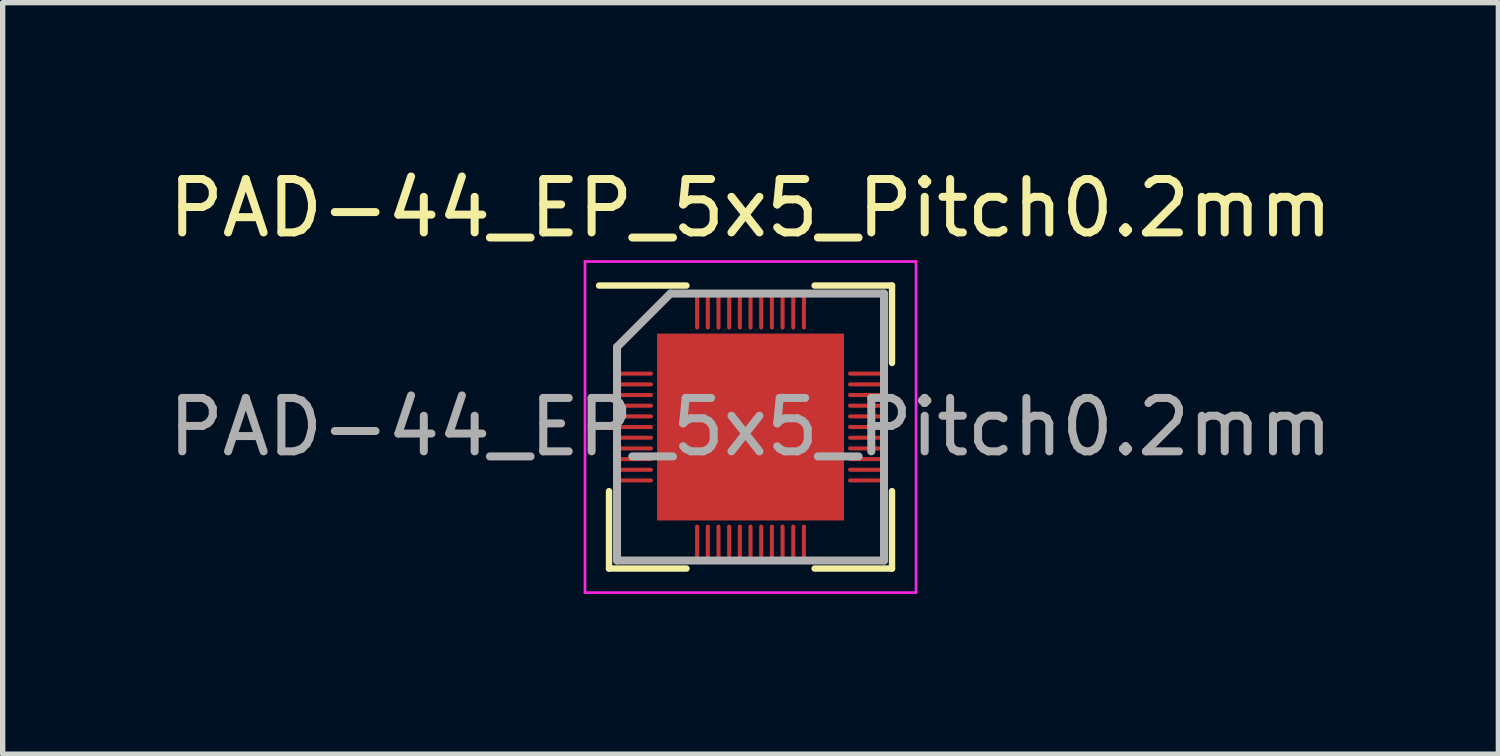
<source format=kicad_pcb>
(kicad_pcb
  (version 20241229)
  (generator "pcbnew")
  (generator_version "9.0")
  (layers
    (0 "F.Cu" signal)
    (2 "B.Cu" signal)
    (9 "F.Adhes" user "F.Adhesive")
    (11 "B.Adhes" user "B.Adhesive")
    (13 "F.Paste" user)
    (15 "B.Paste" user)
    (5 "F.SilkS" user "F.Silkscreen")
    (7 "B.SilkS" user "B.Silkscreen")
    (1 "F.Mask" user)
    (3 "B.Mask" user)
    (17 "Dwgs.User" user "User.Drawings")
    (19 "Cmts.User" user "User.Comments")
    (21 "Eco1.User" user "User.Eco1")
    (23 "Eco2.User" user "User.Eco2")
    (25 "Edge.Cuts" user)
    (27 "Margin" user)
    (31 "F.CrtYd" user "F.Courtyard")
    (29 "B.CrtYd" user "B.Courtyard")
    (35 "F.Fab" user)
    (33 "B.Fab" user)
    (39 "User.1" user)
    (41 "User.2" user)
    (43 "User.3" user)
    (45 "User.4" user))
  (footprint "PAD-44_EP_5x5_Pitch0.2mm"
    (layer "F.Cu")
    (at 11.006 4.948)
    (property "Reference" "PAD-44_EP_5x5_Pitch0.2mm" (at 0 -4.1 0) (layer "F.SilkS") (effects (font (size 1 1) (thickness 0.15))))
    (attr smd)
    (fp_line (start -2.65 2.65) (end -2.65 1.2) (stroke (width 0.12) (type default)) (layer "F.SilkS"))
    (fp_line (start -1.2 -2.65) (end -2.837 -2.65) (stroke (width 0.12) (type default)) (layer "F.SilkS"))
    (fp_line (start -1.2 2.65) (end -2.65 2.65) (stroke (width 0.12) (type default)) (layer "F.SilkS"))
    (fp_line (start 1.2 -2.65) (end 2.65 -2.65) (stroke (width 0.12) (type default)) (layer "F.SilkS"))
    (fp_line (start 1.2 2.65) (end 2.65 2.65) (stroke (width 0.12) (type default)) (layer "F.SilkS"))
    (fp_line (start 2.65 -2.65) (end 2.65 -1.2) (stroke (width 0.12) (type default)) (layer "F.SilkS"))
    (fp_line (start 2.65 2.65) (end 2.65 1.2) (stroke (width 0.12) (type default)) (layer "F.SilkS"))
    (fp_line (start -3.1 -3.1) (end 3.1 -3.1) (stroke (width 0.05) (type default)) (layer "F.CrtYd"))
    (fp_line (start -3.1 3.1) (end -3.1 -3.1) (stroke (width 0.05) (type default)) (layer "F.CrtYd"))
    (fp_line (start 3.1 -3.1) (end 3.1 3.1) (stroke (width 0.05) (type default)) (layer "F.CrtYd"))
    (fp_line (start 3.1 3.1) (end -3.1 3.1) (stroke (width 0.05) (type default)) (layer "F.CrtYd"))
    (fp_line (start -2.5 -1.5) (end -2.5 2.5) (stroke (width 0.15) (type default)) (layer "F.Fab"))
    (fp_line (start -2.5 2.5) (end 2.5 2.5) (stroke (width 0.15) (type default)) (layer "F.Fab"))
    (fp_line (start -1.5 -2.5) (end -2.5 -1.5) (stroke (width 0.15) (type default)) (layer "F.Fab"))
    (fp_line (start 2.5 -2.5) (end -1.5 -2.5) (stroke (width 0.15) (type default)) (layer "F.Fab"))
    (fp_line (start 2.5 2.5) (end 2.5 -2.5) (stroke (width 0.15) (type default)) (layer "F.Fab"))
    (fp_text user "${REFERENCE}" (at 0 0 0) (layer "F.Fab") (effects (font (size 1 1) (thickness 0.15))))
    (pad "" smd rect (at -1.312 -1.312) (size 0.875 0.875) (layers "F.Paste"))
    (pad "" smd rect (at -1.312 -0.438) (size 0.875 0.875) (layers "F.Paste"))
    (pad "" smd rect (at -1.312 0.438) (size 0.875 0.875) (layers "F.Paste"))
    (pad "" smd rect (at -1.312 1.312) (size 0.875 0.875) (layers "F.Paste"))
    (pad "" smd rect (at -0.438 -1.312) (size 0.875 0.875) (layers "F.Paste"))
    (pad "" smd rect (at -0.438 -0.438) (size 0.875 0.875) (layers "F.Paste"))
    (pad "" smd rect (at -0.438 0.438) (size 0.875 0.875) (layers "F.Paste"))
    (pad "" smd rect (at -0.438 1.312) (size 0.875 0.875) (layers "F.Paste"))
    (pad "" smd rect (at 0.438 -1.312) (size 0.875 0.875) (layers "F.Paste"))
    (pad "" smd rect (at 0.438 -0.438) (size 0.875 0.875) (layers "F.Paste"))
    (pad "" smd rect (at 0.438 0.438) (size 0.875 0.875) (layers "F.Paste"))
    (pad "" smd rect (at 0.438 1.312) (size 0.875 0.875) (layers "F.Paste"))
    (pad "" smd rect (at 1.312 -1.312) (size 0.875 0.875) (layers "F.Paste"))
    (pad "" smd rect (at 1.312 -0.438) (size 0.875 0.875) (layers "F.Paste"))
    (pad "" smd rect (at 1.312 0.438) (size 0.875 0.875) (layers "F.Paste"))
    (pad "" smd rect (at 1.312 1.312) (size 0.875 0.875) (layers "F.Paste"))
    (pad "1" smd oval (at -2.163 -1 90) (size 0.076 0.674) (layers "F.Cu" "F.Mask" "F.Paste"))
    (pad "2" smd oval (at -2.163 -0.8 90) (size 0.076 0.674) (layers "F.Cu" "F.Mask" "F.Paste"))
    (pad "3" smd oval (at -2.163 -0.6 90) (size 0.076 0.674) (layers "F.Cu" "F.Mask" "F.Paste"))
    (pad "4" smd oval (at -2.163 -0.4 90) (size 0.076 0.674) (layers "F.Cu" "F.Mask" "F.Paste"))
    (pad "5" smd oval (at -2.163 -0.2 90) (size 0.076 0.674) (layers "F.Cu" "F.Mask" "F.Paste"))
    (pad "6" smd oval (at -2.163 0 90) (size 0.076 0.674) (layers "F.Cu" "F.Mask" "F.Paste"))
    (pad "7" smd oval (at -2.163 0.2 90) (size 0.076 0.674) (layers "F.Cu" "F.Mask" "F.Paste"))
    (pad "8" smd oval (at -2.163 0.4 90) (size 0.076 0.674) (layers "F.Cu" "F.Mask" "F.Paste"))
    (pad "9" smd oval (at -2.163 0.6 90) (size 0.076 0.674) (layers "F.Cu" "F.Mask" "F.Paste"))
    (pad "10" smd oval (at -2.163 0.8 90) (size 0.076 0.674) (layers "F.Cu" "F.Mask" "F.Paste"))
    (pad "11" smd oval (at -2.163 1 90) (size 0.076 0.674) (layers "F.Cu" "F.Mask" "F.Paste"))
    (pad "12" smd oval (at -1 2.163) (size 0.076 0.674) (layers "F.Cu" "F.Mask" "F.Paste"))
    (pad "13" smd oval (at -0.8 2.163) (size 0.076 0.674) (layers "F.Cu" "F.Mask" "F.Paste"))
    (pad "14" smd oval (at -0.6 2.163) (size 0.076 0.674) (layers "F.Cu" "F.Mask" "F.Paste"))
    (pad "15" smd oval (at -0.4 2.163) (size 0.076 0.674) (layers "F.Cu" "F.Mask" "F.Paste"))
    (pad "16" smd oval (at -0.2 2.163) (size 0.076 0.674) (layers "F.Cu" "F.Mask" "F.Paste"))
    (pad "17" smd oval (at 0 2.163) (size 0.076 0.674) (layers "F.Cu" "F.Mask" "F.Paste"))
    (pad "18" smd oval (at 0.2 2.163) (size 0.076 0.674) (layers "F.Cu" "F.Mask" "F.Paste"))
    (pad "19" smd oval (at 0.4 2.163) (size 0.076 0.674) (layers "F.Cu" "F.Mask" "F.Paste"))
    (pad "20" smd oval (at 0.6 2.163) (size 0.076 0.674) (layers "F.Cu" "F.Mask" "F.Paste"))
    (pad "21" smd oval (at 0.8 2.163) (size 0.076 0.674) (layers "F.Cu" "F.Mask" "F.Paste"))
    (pad "22" smd oval (at 1 2.163) (size 0.076 0.674) (layers "F.Cu" "F.Mask" "F.Paste"))
    (pad "23" smd oval (at 2.163 1 90) (size 0.076 0.674) (layers "F.Cu" "F.Mask" "F.Paste"))
    (pad "24" smd oval (at 2.163 0.8 90) (size 0.076 0.674) (layers "F.Cu" "F.Mask" "F.Paste"))
    (pad "25" smd oval (at 2.163 0.6 90) (size 0.076 0.674) (layers "F.Cu" "F.Mask" "F.Paste"))
    (pad "26" smd oval (at 2.163 0.4 90) (size 0.076 0.674) (layers "F.Cu" "F.Mask" "F.Paste"))
    (pad "27" smd oval (at 2.163 0.2 90) (size 0.076 0.674) (layers "F.Cu" "F.Mask" "F.Paste"))
    (pad "28" smd oval (at 2.163 0 90) (size 0.076 0.674) (layers "F.Cu" "F.Mask" "F.Paste"))
    (pad "29" smd oval (at 2.163 -0.2 90) (size 0.076 0.674) (layers "F.Cu" "F.Mask" "F.Paste"))
    (pad "30" smd oval (at 2.163 -0.4 90) (size 0.076 0.674) (layers "F.Cu" "F.Mask" "F.Paste"))
    (pad "31" smd oval (at 2.163 -0.6 90) (size 0.076 0.674) (layers "F.Cu" "F.Mask" "F.Paste"))
    (pad "32" smd oval (at 2.163 -0.8 90) (size 0.076 0.674) (layers "F.Cu" "F.Mask" "F.Paste"))
    (pad "33" smd oval (at 2.163 -1 90) (size 0.076 0.674) (layers "F.Cu" "F.Mask" "F.Paste"))
    (pad "34" smd oval (at 1 -2.163) (size 0.076 0.674) (layers "F.Cu" "F.Mask" "F.Paste"))
    (pad "35" smd oval (at 0.8 -2.163) (size 0.076 0.674) (layers "F.Cu" "F.Mask" "F.Paste"))
    (pad "36" smd oval (at 0.6 -2.163) (size 0.076 0.674) (layers "F.Cu" "F.Mask" "F.Paste"))
    (pad "37" smd oval (at 0.4 -2.163) (size 0.076 0.674) (layers "F.Cu" "F.Mask" "F.Paste"))
    (pad "38" smd oval (at 0.2 -2.163) (size 0.076 0.674) (layers "F.Cu" "F.Mask" "F.Paste"))
    (pad "39" smd oval (at 0 -2.163) (size 0.076 0.674) (layers "F.Cu" "F.Mask" "F.Paste"))
    (pad "40" smd oval (at -0.2 -2.163) (size 0.076 0.674) (layers "F.Cu" "F.Mask" "F.Paste"))
    (pad "41" smd oval (at -0.4 -2.163) (size 0.076 0.674) (layers "F.Cu" "F.Mask" "F.Paste"))
    (pad "42" smd oval (at -0.6 -2.163) (size 0.076 0.674) (layers "F.Cu" "F.Mask" "F.Paste"))
    (pad "43" smd oval (at -0.8 -2.163) (size 0.076 0.674) (layers "F.Cu" "F.Mask" "F.Paste"))
    (pad "44" smd oval (at -1 -2.163) (size 0.076 0.674) (layers "F.Cu" "F.Mask" "F.Paste"))
    (pad "45" smd rect (at 0 0) (size 3.5 3.5) (layers "F.Cu" "F.Mask")))
  (gr_rect
    (start -3 -3)
    (end 25.012 11.073)
    (stroke (width 0.1) (type default))
    (fill no)
    (layer "Edge.Cuts")))
</source>
